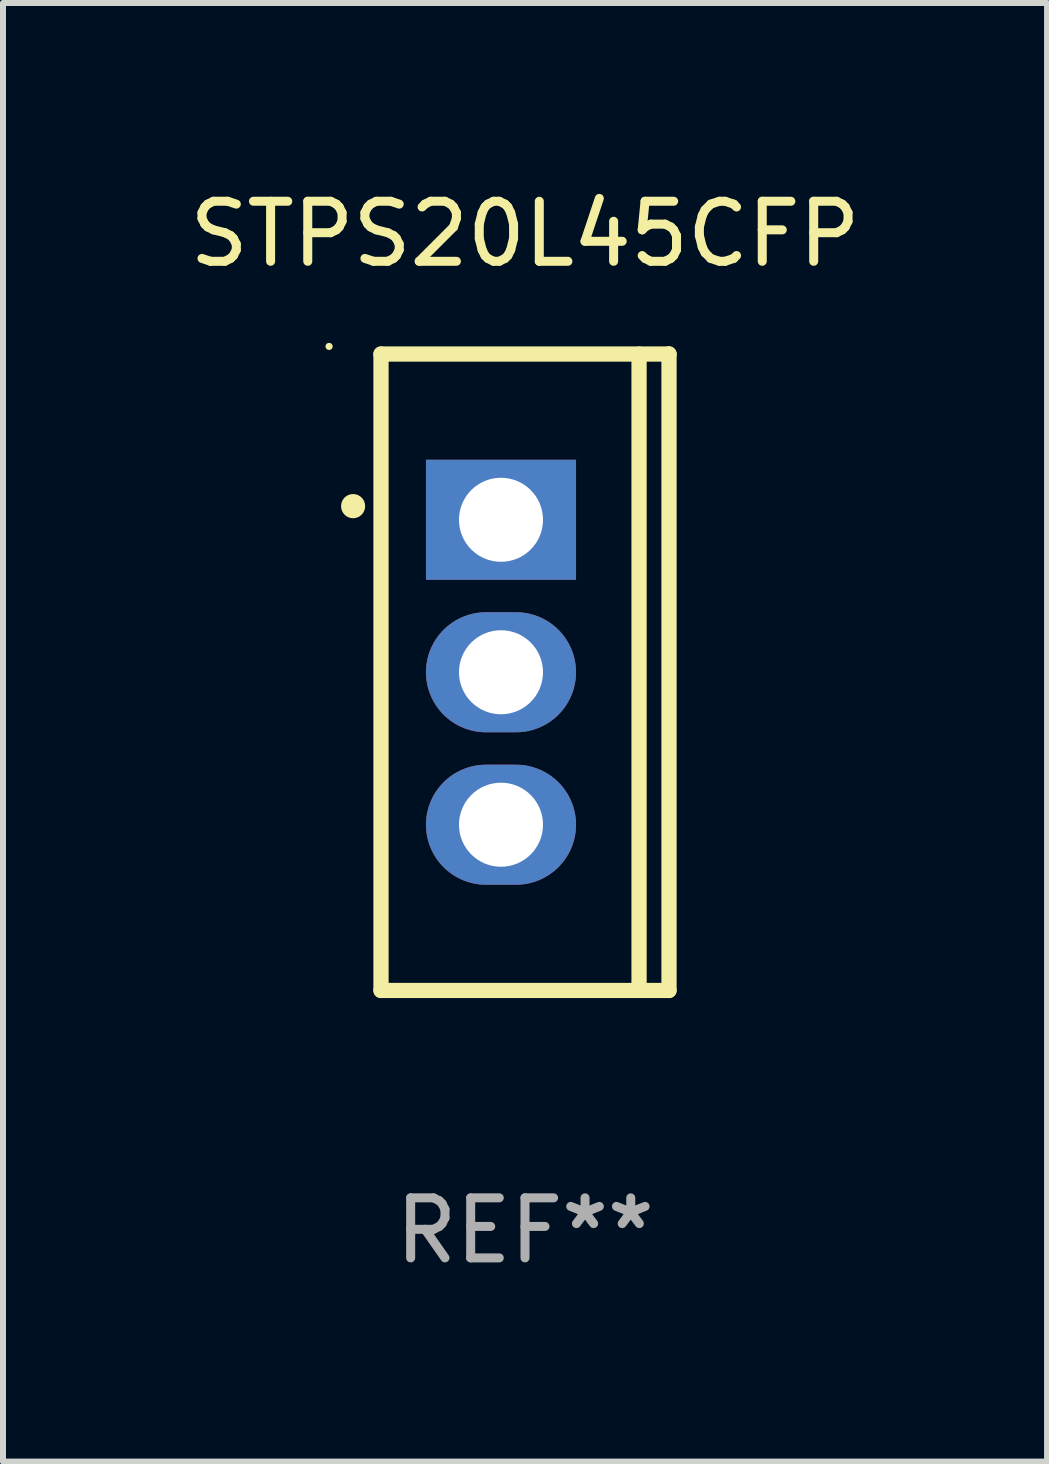
<source format=kicad_pcb>
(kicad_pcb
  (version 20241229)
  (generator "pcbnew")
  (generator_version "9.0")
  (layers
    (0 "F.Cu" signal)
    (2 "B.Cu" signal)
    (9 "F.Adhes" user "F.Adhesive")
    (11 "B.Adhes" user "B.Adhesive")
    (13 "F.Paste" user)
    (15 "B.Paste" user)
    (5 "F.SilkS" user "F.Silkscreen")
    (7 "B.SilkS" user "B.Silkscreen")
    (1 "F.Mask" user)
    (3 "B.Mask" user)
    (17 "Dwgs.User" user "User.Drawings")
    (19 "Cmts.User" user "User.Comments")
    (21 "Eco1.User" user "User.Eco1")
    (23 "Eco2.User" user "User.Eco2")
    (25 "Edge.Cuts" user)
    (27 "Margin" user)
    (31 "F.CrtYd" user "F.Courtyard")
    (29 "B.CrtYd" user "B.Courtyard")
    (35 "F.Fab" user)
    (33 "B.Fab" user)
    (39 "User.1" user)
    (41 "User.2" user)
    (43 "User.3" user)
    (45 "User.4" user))
  (footprint "STPS20L45CFP"
    (layer "F.Cu")
    (at 5.696 8.149)
    (property "Reference" "STPS20L45CFP" (at 0 -7.301 0) (layer "F.SilkS") (effects (font (size 1 1) (thickness 0.15))))
    (attr through_hole)
    (fp_line (start -2.399 -5.301) (end 2.394 -5.301) (stroke (width 0.254) (type solid)) (layer "F.SilkS"))
    (fp_line (start -2.399 5.301) (end -2.399 -5.301) (stroke (width 0.254) (type solid)) (layer "F.SilkS"))
    (fp_line (start 1.9 5.3) (end 1.9 -5.3) (stroke (width 0.254) (type solid)) (layer "F.SilkS"))
    (fp_line (start 2.394 -5.301) (end 2.399 -5.301) (stroke (width 0.254) (type solid)) (layer "F.SilkS"))
    (fp_line (start 2.399 -5.301) (end 2.399 5.301) (stroke (width 0.254) (type solid)) (layer "F.SilkS"))
    (fp_line (start 2.399 5.301) (end -2.399 5.301) (stroke (width 0.254) (type solid)) (layer "F.SilkS"))
    (fp_arc (start -2.863843 -2.766066) (mid -2.863847 -2.767336) (end -2.863843 -2.768606) (stroke (width 0.4) (type solid)) (layer "F.SilkS"))
    (fp_circle (center -3.264 -5.428) (end -3.234 -5.428) (stroke (width 0.06) (type solid)) (fill no) (layer "F.SilkS"))
    (fp_text user "REF**" (at 0 9.301 0) (layer "F.Fab") (effects (font (size 1 1) (thickness 0.15))))
    (pad "1" thru_hole rect (at -0.4 -2.54 270) (size 2 2.5) (drill 1.4) (layers "*.Cu" "*.Mask"))
    (pad "2" thru_hole oval (at -0.4 0 270) (size 2 2.5) (drill 1.4) (layers "*.Cu" "*.Mask"))
    (pad "3" thru_hole oval (at -0.4 2.54 270) (size 2 2.5) (drill 1.4) (layers "*.Cu" "*.Mask")))
  (gr_rect
    (start -3 -3)
    (end 14.393 21.299)
    (stroke (width 0.1) (type default))
    (fill no)
    (layer "Edge.Cuts")))
</source>
